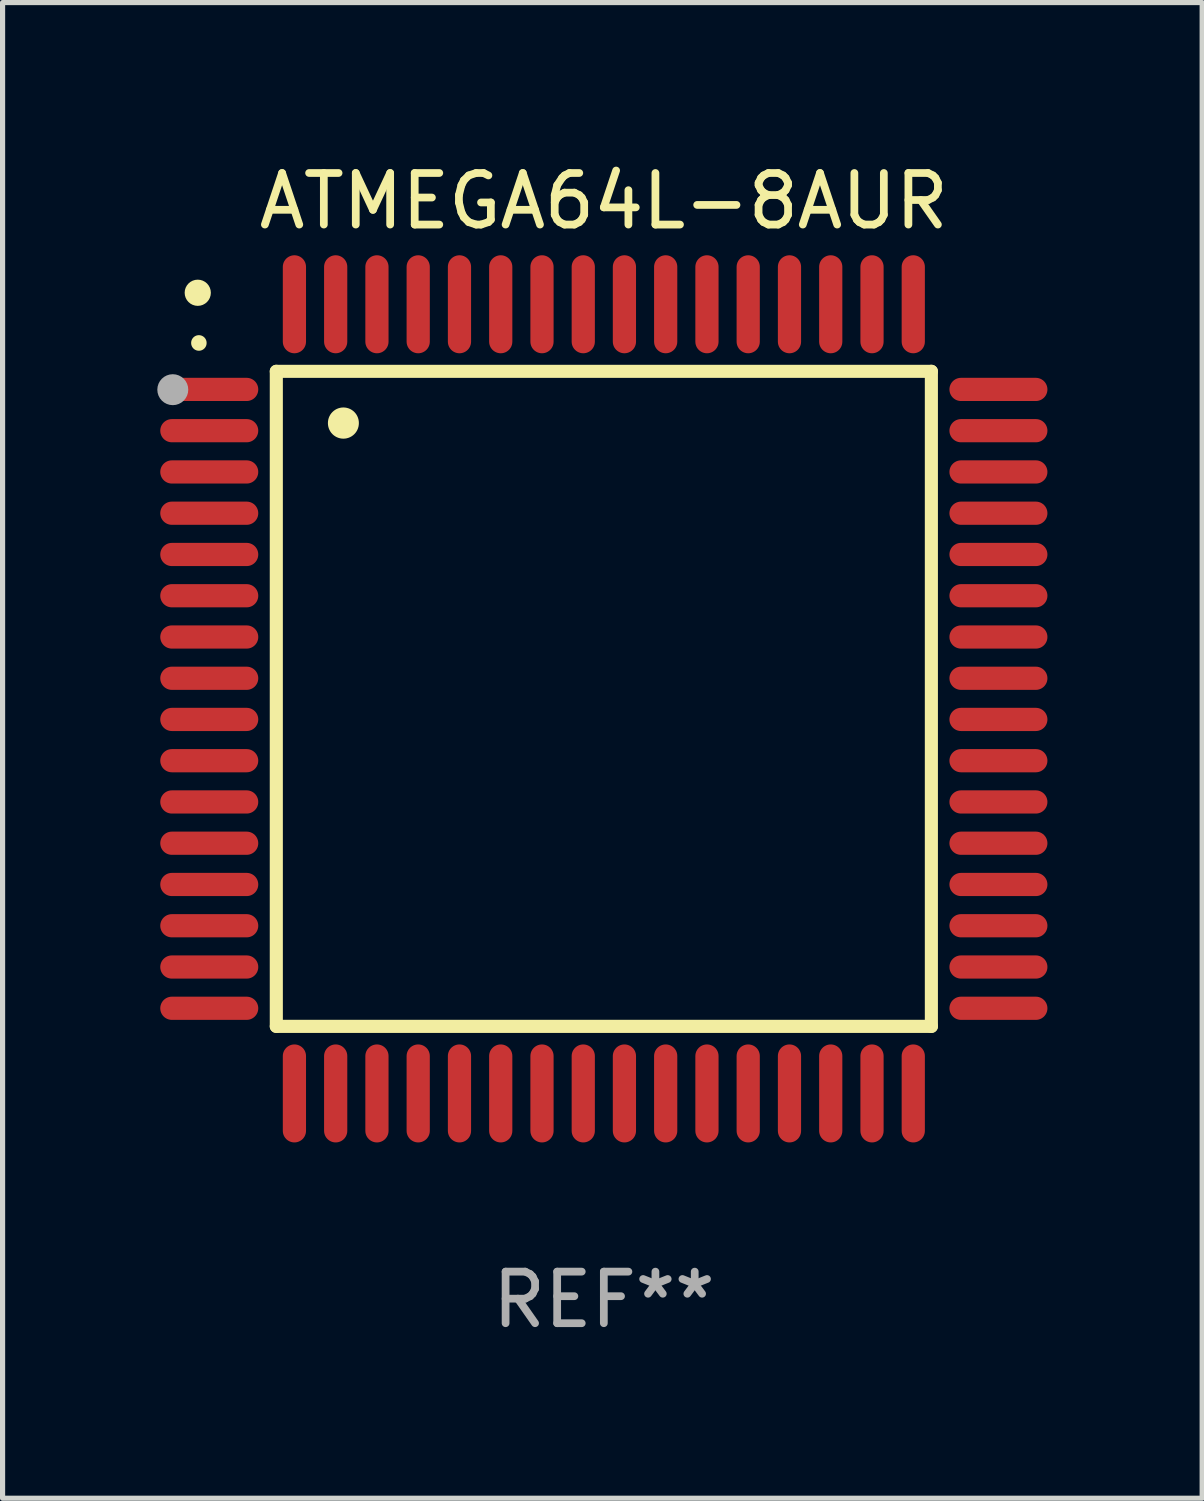
<source format=kicad_pcb>
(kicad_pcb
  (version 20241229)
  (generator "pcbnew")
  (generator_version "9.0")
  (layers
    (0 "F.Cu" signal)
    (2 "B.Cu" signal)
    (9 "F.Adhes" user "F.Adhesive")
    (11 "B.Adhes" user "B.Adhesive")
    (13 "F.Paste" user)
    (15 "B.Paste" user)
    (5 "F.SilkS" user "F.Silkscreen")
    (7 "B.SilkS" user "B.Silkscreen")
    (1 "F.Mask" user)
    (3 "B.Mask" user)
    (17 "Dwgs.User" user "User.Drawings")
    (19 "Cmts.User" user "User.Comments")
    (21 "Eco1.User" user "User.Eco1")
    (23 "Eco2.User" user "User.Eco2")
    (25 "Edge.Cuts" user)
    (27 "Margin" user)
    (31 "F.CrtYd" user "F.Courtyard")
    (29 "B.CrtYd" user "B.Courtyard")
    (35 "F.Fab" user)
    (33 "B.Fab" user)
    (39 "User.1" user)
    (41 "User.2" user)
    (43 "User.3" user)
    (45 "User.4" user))
  (footprint "ATMEGA64L-8AUR"
    (layer "F.Cu")
    (at 8.657 10.499)
    (property "Reference" "ATMEGA64L-8AUR" (at 0 -9.65 0) (layer "F.SilkS") (effects (font (size 1 1) (thickness 0.15))))
    (attr through_hole)
    (fp_line (start -6.35 -6.35) (end 6.35 -6.35) (stroke (width 0.254) (type solid)) (layer "F.SilkS"))
    (fp_line (start -6.35 6.35) (end -6.35 -6.35) (stroke (width 0.254) (type solid)) (layer "F.SilkS"))
    (fp_line (start 6.35 -6.35) (end 6.35 6.35) (stroke (width 0.254) (type solid)) (layer "F.SilkS"))
    (fp_line (start 6.35 6.35) (end -6.35 6.35) (stroke (width 0.254) (type solid)) (layer "F.SilkS"))
    (fp_arc (start -7.851156 -6.898654) (mid -7.851161 -6.899924) (end -7.851156 -6.901194) (stroke (width 0.3) (type solid)) (layer "F.SilkS"))
    (fp_arc (start -5.04953 -5.344171) (mid -5.049541 -5.346711) (end -5.04953 -5.349251) (stroke (width 0.6) (type solid)) (layer "F.SilkS"))
    (fp_circle (center -7.873 -7.873) (end -7.746 -7.873) (stroke (width 0.254) (type solid)) (fill no) (layer "F.SilkS"))
    (fp_circle (center -8.357 -5.994) (end -8.207 -5.994) (stroke (width 0.3) (type solid)) (fill no) (layer "F.Fab"))
    (fp_text user "REF**" (at 0 11.65 0) (layer "F.Fab") (effects (font (size 1 1) (thickness 0.15))))
    (pad "1" smd oval (at -7.65 -5.999 90) (size 0.45 1.9) (layers "F.Cu" "F.Mask" "F.Paste"))
    (pad "2" smd oval (at -7.65 -5.199 90) (size 0.45 1.9) (layers "F.Cu" "F.Mask" "F.Paste"))
    (pad "3" smd oval (at -7.65 -4.399 90) (size 0.45 1.9) (layers "F.Cu" "F.Mask" "F.Paste"))
    (pad "4" smd oval (at -7.65 -3.599 90) (size 0.45 1.9) (layers "F.Cu" "F.Mask" "F.Paste"))
    (pad "5" smd oval (at -7.65 -2.799 90) (size 0.45 1.9) (layers "F.Cu" "F.Mask" "F.Paste"))
    (pad "6" smd oval (at -7.65 -1.999 90) (size 0.45 1.9) (layers "F.Cu" "F.Mask" "F.Paste"))
    (pad "7" smd oval (at -7.65 -1.199 90) (size 0.45 1.9) (layers "F.Cu" "F.Mask" "F.Paste"))
    (pad "8" smd oval (at -7.65 -0.399 90) (size 0.45 1.9) (layers "F.Cu" "F.Mask" "F.Paste"))
    (pad "9" smd oval (at -7.65 0.399 90) (size 0.45 1.9) (layers "F.Cu" "F.Mask" "F.Paste"))
    (pad "10" smd oval (at -7.65 1.199 90) (size 0.45 1.9) (layers "F.Cu" "F.Mask" "F.Paste"))
    (pad "11" smd oval (at -7.65 1.999 90) (size 0.45 1.9) (layers "F.Cu" "F.Mask" "F.Paste"))
    (pad "12" smd oval (at -7.65 2.799 90) (size 0.45 1.9) (layers "F.Cu" "F.Mask" "F.Paste"))
    (pad "13" smd oval (at -7.65 3.599 90) (size 0.45 1.9) (layers "F.Cu" "F.Mask" "F.Paste"))
    (pad "14" smd oval (at -7.65 4.399 90) (size 0.45 1.9) (layers "F.Cu" "F.Mask" "F.Paste"))
    (pad "15" smd oval (at -7.65 5.199 90) (size 0.45 1.9) (layers "F.Cu" "F.Mask" "F.Paste"))
    (pad "16" smd oval (at -7.65 5.999 90) (size 0.45 1.9) (layers "F.Cu" "F.Mask" "F.Paste"))
    (pad "17" smd oval (at -5.999 7.65) (size 0.45 1.9) (layers "F.Cu" "F.Mask" "F.Paste"))
    (pad "18" smd oval (at -5.199 7.65) (size 0.45 1.9) (layers "F.Cu" "F.Mask" "F.Paste"))
    (pad "19" smd oval (at -4.399 7.65) (size 0.45 1.9) (layers "F.Cu" "F.Mask" "F.Paste"))
    (pad "20" smd oval (at -3.599 7.65) (size 0.45 1.9) (layers "F.Cu" "F.Mask" "F.Paste"))
    (pad "21" smd oval (at -2.799 7.65) (size 0.45 1.9) (layers "F.Cu" "F.Mask" "F.Paste"))
    (pad "22" smd oval (at -1.999 7.65) (size 0.45 1.9) (layers "F.Cu" "F.Mask" "F.Paste"))
    (pad "23" smd oval (at -1.199 7.65) (size 0.45 1.9) (layers "F.Cu" "F.Mask" "F.Paste"))
    (pad "24" smd oval (at -0.399 7.65) (size 0.45 1.9) (layers "F.Cu" "F.Mask" "F.Paste"))
    (pad "25" smd oval (at 0.399 7.65) (size 0.45 1.9) (layers "F.Cu" "F.Mask" "F.Paste"))
    (pad "26" smd oval (at 1.199 7.65) (size 0.45 1.9) (layers "F.Cu" "F.Mask" "F.Paste"))
    (pad "27" smd oval (at 1.999 7.65) (size 0.45 1.9) (layers "F.Cu" "F.Mask" "F.Paste"))
    (pad "28" smd oval (at 2.799 7.65) (size 0.45 1.9) (layers "F.Cu" "F.Mask" "F.Paste"))
    (pad "29" smd oval (at 3.599 7.65) (size 0.45 1.9) (layers "F.Cu" "F.Mask" "F.Paste"))
    (pad "30" smd oval (at 4.399 7.65) (size 0.45 1.9) (layers "F.Cu" "F.Mask" "F.Paste"))
    (pad "31" smd oval (at 5.199 7.65) (size 0.45 1.9) (layers "F.Cu" "F.Mask" "F.Paste"))
    (pad "32" smd oval (at 5.999 7.65) (size 0.45 1.9) (layers "F.Cu" "F.Mask" "F.Paste"))
    (pad "33" smd oval (at 7.65 5.999 90) (size 0.45 1.9) (layers "F.Cu" "F.Mask" "F.Paste"))
    (pad "34" smd oval (at 7.65 5.199 90) (size 0.45 1.9) (layers "F.Cu" "F.Mask" "F.Paste"))
    (pad "35" smd oval (at 7.65 4.399 90) (size 0.45 1.9) (layers "F.Cu" "F.Mask" "F.Paste"))
    (pad "36" smd oval (at 7.65 3.599 90) (size 0.45 1.9) (layers "F.Cu" "F.Mask" "F.Paste"))
    (pad "37" smd oval (at 7.65 2.799 90) (size 0.45 1.9) (layers "F.Cu" "F.Mask" "F.Paste"))
    (pad "38" smd oval (at 7.65 1.999 90) (size 0.45 1.9) (layers "F.Cu" "F.Mask" "F.Paste"))
    (pad "39" smd oval (at 7.65 1.199 90) (size 0.45 1.9) (layers "F.Cu" "F.Mask" "F.Paste"))
    (pad "40" smd oval (at 7.65 0.399 90) (size 0.45 1.9) (layers "F.Cu" "F.Mask" "F.Paste"))
    (pad "41" smd oval (at 7.65 -0.399 90) (size 0.45 1.9) (layers "F.Cu" "F.Mask" "F.Paste"))
    (pad "42" smd oval (at 7.65 -1.199 90) (size 0.45 1.9) (layers "F.Cu" "F.Mask" "F.Paste"))
    (pad "43" smd oval (at 7.65 -1.999 90) (size 0.45 1.9) (layers "F.Cu" "F.Mask" "F.Paste"))
    (pad "44" smd oval (at 7.65 -2.799 90) (size 0.45 1.9) (layers "F.Cu" "F.Mask" "F.Paste"))
    (pad "45" smd oval (at 7.65 -3.599 90) (size 0.45 1.9) (layers "F.Cu" "F.Mask" "F.Paste"))
    (pad "46" smd oval (at 7.65 -4.399 90) (size 0.45 1.9) (layers "F.Cu" "F.Mask" "F.Paste"))
    (pad "47" smd oval (at 7.65 -5.199 90) (size 0.45 1.9) (layers "F.Cu" "F.Mask" "F.Paste"))
    (pad "48" smd oval (at 7.65 -5.999 90) (size 0.45 1.9) (layers "F.Cu" "F.Mask" "F.Paste"))
    (pad "49" smd oval (at 5.999 -7.65) (size 0.45 1.9) (layers "F.Cu" "F.Mask" "F.Paste"))
    (pad "50" smd oval (at 5.199 -7.65) (size 0.45 1.9) (layers "F.Cu" "F.Mask" "F.Paste"))
    (pad "51" smd oval (at 4.399 -7.65) (size 0.45 1.9) (layers "F.Cu" "F.Mask" "F.Paste"))
    (pad "52" smd oval (at 3.599 -7.65) (size 0.45 1.9) (layers "F.Cu" "F.Mask" "F.Paste"))
    (pad "53" smd oval (at 2.799 -7.65) (size 0.45 1.9) (layers "F.Cu" "F.Mask" "F.Paste"))
    (pad "54" smd oval (at 1.999 -7.65) (size 0.45 1.9) (layers "F.Cu" "F.Mask" "F.Paste"))
    (pad "55" smd oval (at 1.199 -7.65) (size 0.45 1.9) (layers "F.Cu" "F.Mask" "F.Paste"))
    (pad "56" smd oval (at 0.399 -7.65) (size 0.45 1.9) (layers "F.Cu" "F.Mask" "F.Paste"))
    (pad "57" smd oval (at -0.399 -7.65) (size 0.45 1.9) (layers "F.Cu" "F.Mask" "F.Paste"))
    (pad "58" smd oval (at -1.199 -7.65) (size 0.45 1.9) (layers "F.Cu" "F.Mask" "F.Paste"))
    (pad "59" smd oval (at -1.999 -7.65) (size 0.45 1.9) (layers "F.Cu" "F.Mask" "F.Paste"))
    (pad "60" smd oval (at -2.799 -7.65) (size 0.45 1.9) (layers "F.Cu" "F.Mask" "F.Paste"))
    (pad "61" smd oval (at -3.599 -7.65) (size 0.45 1.9) (layers "F.Cu" "F.Mask" "F.Paste"))
    (pad "62" smd oval (at -4.399 -7.65) (size 0.45 1.9) (layers "F.Cu" "F.Mask" "F.Paste"))
    (pad "63" smd oval (at -5.199 -7.65) (size 0.45 1.9) (layers "F.Cu" "F.Mask" "F.Paste"))
    (pad "64" smd oval (at -5.999 -7.65) (size 0.45 1.9) (layers "F.Cu" "F.Mask" "F.Paste")))
  (gr_rect
    (start -3 -3)
    (end 20.257 25.997)
    (stroke (width 0.1) (type default))
    (fill no)
    (layer "Edge.Cuts")))
</source>
